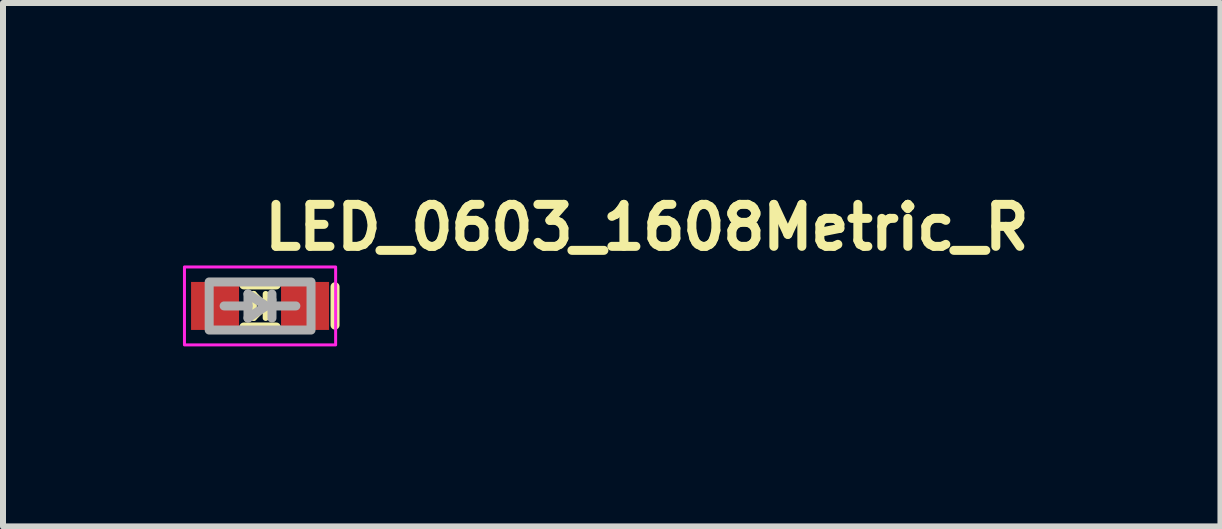
<source format=kicad_pcb>
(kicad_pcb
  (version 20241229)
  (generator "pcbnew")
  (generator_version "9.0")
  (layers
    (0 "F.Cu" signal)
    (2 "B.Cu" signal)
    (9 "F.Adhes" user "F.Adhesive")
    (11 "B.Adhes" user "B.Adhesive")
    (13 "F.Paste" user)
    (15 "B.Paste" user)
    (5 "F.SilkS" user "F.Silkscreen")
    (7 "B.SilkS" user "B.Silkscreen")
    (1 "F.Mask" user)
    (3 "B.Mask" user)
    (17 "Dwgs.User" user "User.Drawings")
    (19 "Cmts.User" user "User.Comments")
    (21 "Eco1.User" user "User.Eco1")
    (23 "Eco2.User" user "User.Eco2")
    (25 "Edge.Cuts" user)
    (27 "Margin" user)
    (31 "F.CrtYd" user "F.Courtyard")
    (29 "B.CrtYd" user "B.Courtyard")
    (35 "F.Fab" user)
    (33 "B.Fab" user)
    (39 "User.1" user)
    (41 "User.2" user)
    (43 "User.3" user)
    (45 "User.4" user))
  (footprint "LED_0603_1608Metric_R"
    (layer "F.Cu")
    (at 1.285 2.05)
    (property "Reference" "LED_0603_1608Metric_R" (at 0 -0.9 0) (layer "F.SilkS") (effects (font (size 0.7 0.7) (thickness 0.15)) (justify left bottom)))
    (attr smd)
    (fp_line (start -0.27 -0.35) (end 0.27 -0.35) (stroke (width 0.15) (type solid)) (layer "F.SilkS"))
    (fp_line (start -0.27 0.351) (end 0.27 0.351) (stroke (width 0.15) (type solid)) (layer "F.SilkS"))
    (fp_line (start -0.106 -0.2) (end -0.106 0.2) (stroke (width 0.1) (type solid)) (layer "F.SilkS"))
    (fp_line (start -0.106 -0.2) (end 0.094 -0.000008) (stroke (width 0.1) (type solid)) (layer "F.SilkS"))
    (fp_line (start -0.106 -0.000008) (end -0.29 0) (stroke (width 0.1) (type solid)) (layer "F.SilkS"))
    (fp_line (start 0.094 -0.2) (end 0.094 0.2) (stroke (width 0.1) (type solid)) (layer "F.SilkS"))
    (fp_line (start 0.094 -0.000008) (end -0.106 0.2) (stroke (width 0.1) (type solid)) (layer "F.SilkS"))
    (fp_line (start 0.094 -0.000008) (end 0.294 -0.000008) (stroke (width 0.1) (type solid)) (layer "F.SilkS"))
    (fp_line (start 1.25 0.32) (end 1.25 -0.32) (stroke (width 0.15) (type solid)) (layer "F.SilkS"))
    (fp_rect (start 1.26 0.65) (end -1.26 -0.65) (stroke (width 0.05) (type solid)) (fill no) (layer "F.CrtYd"))
    (fp_line (start -0.599 0) (end -0.201 0) (stroke (width 0.15) (type solid)) (layer "F.Fab"))
    (fp_line (start -0.201 -0.2) (end -0.201 0) (stroke (width 0.15) (type solid)) (layer "F.Fab"))
    (fp_line (start -0.201 0) (end -0.201 0.202) (stroke (width 0.15) (type solid)) (layer "F.Fab"))
    (fp_line (start -0.201 0.202) (end 0.101 0) (stroke (width 0.15) (type solid)) (layer "F.Fab"))
    (fp_line (start 0.101 0) (end -0.201 -0.2) (stroke (width 0.15) (type solid)) (layer "F.Fab"))
    (fp_line (start 0.199 -0.2) (end 0.199 -0.1) (stroke (width 0.15) (type solid)) (layer "F.Fab"))
    (fp_line (start 0.199 0) (end 0.597 0) (stroke (width 0.15) (type solid)) (layer "F.Fab"))
    (fp_line (start 0.199 0.202) (end 0.199 -0.1) (stroke (width 0.15) (type solid)) (layer "F.Fab"))
    (fp_rect (start -0.848 -0.4) (end 0.85 0.402) (stroke (width 0.15) (type solid)) (fill no) (layer "F.Fab"))
    (fp_rect (start 0.81 0.4) (end -0.81 -0.4) (stroke (width 0.1) (type solid)) (fill no) (layer "User.5"))
    (fp_line (start -0.81 -0.34) (end -0.81 -0.148) (stroke (width 0.02) (type solid)) (layer "User.9"))
    (fp_line (start -0.81 -0.148) (end -0.802 -0.148) (stroke (width 0.02) (type solid)) (layer "User.9"))
    (fp_line (start -0.81 0.15) (end -0.81 0.342) (stroke (width 0.02) (type solid)) (layer "User.9"))
    (fp_line (start -0.81 0.342) (end -0.578 0.342) (stroke (width 0.02) (type solid)) (layer "User.9"))
    (fp_line (start -0.802 -0.148) (end -0.794 -0.148) (stroke (width 0.02) (type solid)) (layer "User.9"))
    (fp_line (start -0.802 0.15) (end -0.81 0.15) (stroke (width 0.02) (type solid)) (layer "User.9"))
    (fp_line (start -0.8 -0.4) (end -0.8 -0.34) (stroke (width 0.02) (type solid)) (layer "User.9"))
    (fp_line (start -0.8 0.342) (end -0.8 0.402) (stroke (width 0.02) (type solid)) (layer "User.9"))
    (fp_line (start -0.8 0.402) (end 0.802 0.402) (stroke (width 0.02) (type solid)) (layer "User.9"))
    (fp_line (start -0.794 -0.148) (end -0.786 -0.148) (stroke (width 0.02) (type solid)) (layer "User.9"))
    (fp_line (start -0.794 0.15) (end -0.802 0.15) (stroke (width 0.02) (type solid)) (layer "User.9"))
    (fp_line (start -0.786 -0.148) (end -0.779 -0.147) (stroke (width 0.02) (type solid)) (layer "User.9"))
    (fp_line (start -0.786 0.15) (end -0.794 0.15) (stroke (width 0.02) (type solid)) (layer "User.9"))
    (fp_line (start -0.779 -0.147) (end -0.771 -0.146) (stroke (width 0.02) (type solid)) (layer "User.9"))
    (fp_line (start -0.779 0.149) (end -0.786 0.15) (stroke (width 0.02) (type solid)) (layer "User.9"))
    (fp_line (start -0.771 -0.146) (end -0.763 -0.144) (stroke (width 0.02) (type solid)) (layer "User.9"))
    (fp_line (start -0.771 0.148) (end -0.779 0.149) (stroke (width 0.02) (type solid)) (layer "User.9"))
    (fp_line (start -0.763 -0.144) (end -0.755 -0.143) (stroke (width 0.02) (type solid)) (layer "User.9"))
    (fp_line (start -0.763 0.146) (end -0.771 0.148) (stroke (width 0.02) (type solid)) (layer "User.9"))
    (fp_line (start -0.755 -0.143) (end -0.748 -0.141) (stroke (width 0.02) (type solid)) (layer "User.9"))
    (fp_line (start -0.755 0.145) (end -0.763 0.146) (stroke (width 0.02) (type solid)) (layer "User.9"))
    (fp_line (start -0.748 -0.141) (end -0.741 -0.138) (stroke (width 0.02) (type solid)) (layer "User.9"))
    (fp_line (start -0.748 0.143) (end -0.755 0.145) (stroke (width 0.02) (type solid)) (layer "User.9"))
    (fp_line (start -0.741 -0.138) (end -0.734 -0.135) (stroke (width 0.02) (type solid)) (layer "User.9"))
    (fp_line (start -0.741 0.14) (end -0.748 0.143) (stroke (width 0.02) (type solid)) (layer "User.9"))
    (fp_line (start -0.734 -0.135) (end -0.727 -0.131) (stroke (width 0.02) (type solid)) (layer "User.9"))
    (fp_line (start -0.734 0.137) (end -0.741 0.14) (stroke (width 0.02) (type solid)) (layer "User.9"))
    (fp_line (start -0.727 -0.131) (end -0.721 -0.128) (stroke (width 0.02) (type solid)) (layer "User.9"))
    (fp_line (start -0.727 0.133) (end -0.734 0.137) (stroke (width 0.02) (type solid)) (layer "User.9"))
    (fp_line (start -0.721 -0.128) (end -0.714 -0.123) (stroke (width 0.02) (type solid)) (layer "User.9"))
    (fp_line (start -0.721 0.13) (end -0.727 0.133) (stroke (width 0.02) (type solid)) (layer "User.9"))
    (fp_line (start -0.714 -0.123) (end -0.708 -0.119) (stroke (width 0.02) (type solid)) (layer "User.9"))
    (fp_line (start -0.714 0.125) (end -0.721 0.13) (stroke (width 0.02) (type solid)) (layer "User.9"))
    (fp_line (start -0.708 -0.119) (end -0.703 -0.114) (stroke (width 0.02) (type solid)) (layer "User.9"))
    (fp_line (start -0.708 0.12) (end -0.714 0.125) (stroke (width 0.02) (type solid)) (layer "User.9"))
    (fp_line (start -0.703 -0.114) (end -0.697 -0.108) (stroke (width 0.02) (type solid)) (layer "User.9"))
    (fp_line (start -0.703 0.116) (end -0.708 0.12) (stroke (width 0.02) (type solid)) (layer "User.9"))
    (fp_line (start -0.697 -0.108) (end -0.697 -0.108) (stroke (width 0.02) (type solid)) (layer "User.9"))
    (fp_line (start -0.697 -0.108) (end -0.691 -0.104) (stroke (width 0.02) (type solid)) (layer "User.9"))
    (fp_line (start -0.697 0.11) (end -0.703 0.116) (stroke (width 0.02) (type solid)) (layer "User.9"))
    (fp_line (start -0.697 0.11) (end -0.697 0.11) (stroke (width 0.02) (type solid)) (layer "User.9"))
    (fp_line (start -0.691 -0.104) (end -0.686 -0.098) (stroke (width 0.02) (type solid)) (layer "User.9"))
    (fp_line (start -0.691 0.105) (end -0.697 0.11) (stroke (width 0.02) (type solid)) (layer "User.9"))
    (fp_line (start -0.686 -0.098) (end -0.681 -0.091) (stroke (width 0.02) (type solid)) (layer "User.9"))
    (fp_line (start -0.686 0.1) (end -0.691 0.105) (stroke (width 0.02) (type solid)) (layer "User.9"))
    (fp_line (start -0.681 -0.091) (end -0.677 -0.086) (stroke (width 0.02) (type solid)) (layer "User.9"))
    (fp_line (start -0.681 0.093) (end -0.686 0.1) (stroke (width 0.02) (type solid)) (layer "User.9"))
    (fp_line (start -0.677 -0.086) (end -0.673 -0.078) (stroke (width 0.02) (type solid)) (layer "User.9"))
    (fp_line (start -0.677 0.088) (end -0.681 0.093) (stroke (width 0.02) (type solid)) (layer "User.9"))
    (fp_line (start -0.673 -0.078) (end -0.669 -0.072) (stroke (width 0.02) (type solid)) (layer "User.9"))
    (fp_line (start -0.673 0.08) (end -0.677 0.088) (stroke (width 0.02) (type solid)) (layer "User.9"))
    (fp_line (start -0.669 -0.072) (end -0.665 -0.066) (stroke (width 0.02) (type solid)) (layer "User.9"))
    (fp_line (start -0.669 0.074) (end -0.673 0.08) (stroke (width 0.02) (type solid)) (layer "User.9"))
    (fp_line (start -0.665 -0.066) (end -0.662 -0.059) (stroke (width 0.02) (type solid)) (layer "User.9"))
    (fp_line (start -0.665 0.068) (end -0.669 0.074) (stroke (width 0.02) (type solid)) (layer "User.9"))
    (fp_line (start -0.662 -0.059) (end -0.659 -0.052) (stroke (width 0.02) (type solid)) (layer "User.9"))
    (fp_line (start -0.662 0.06) (end -0.665 0.068) (stroke (width 0.02) (type solid)) (layer "User.9"))
    (fp_line (start -0.659 -0.052) (end -0.657 -0.044) (stroke (width 0.02) (type solid)) (layer "User.9"))
    (fp_line (start -0.659 0.053) (end -0.662 0.06) (stroke (width 0.02) (type solid)) (layer "User.9"))
    (fp_line (start -0.657 -0.044) (end -0.654 -0.037) (stroke (width 0.02) (type solid)) (layer "User.9"))
    (fp_line (start -0.657 0.046) (end -0.659 0.053) (stroke (width 0.02) (type solid)) (layer "User.9"))
    (fp_line (start -0.654 -0.037) (end -0.653 -0.029) (stroke (width 0.02) (type solid)) (layer "User.9"))
    (fp_line (start -0.654 0.039) (end -0.657 0.046) (stroke (width 0.02) (type solid)) (layer "User.9"))
    (fp_line (start -0.653 -0.029) (end -0.651 -0.022) (stroke (width 0.02) (type solid)) (layer "User.9"))
    (fp_line (start -0.653 0.031) (end -0.654 0.039) (stroke (width 0.02) (type solid)) (layer "User.9"))
    (fp_line (start -0.651 -0.022) (end -0.65 -0.014) (stroke (width 0.02) (type solid)) (layer "User.9"))
    (fp_line (start -0.651 0.024) (end -0.653 0.031) (stroke (width 0.02) (type solid)) (layer "User.9"))
    (fp_line (start -0.65 -0.014) (end -0.65 -0.007) (stroke (width 0.02) (type solid)) (layer "User.9"))
    (fp_line (start -0.65 -0.007) (end -0.65 0) (stroke (width 0.02) (type solid)) (layer "User.9"))
    (fp_line (start -0.65 0) (end -0.65 0.008) (stroke (width 0.02) (type solid)) (layer "User.9"))
    (fp_line (start -0.65 0.008) (end -0.65 0.016) (stroke (width 0.02) (type solid)) (layer "User.9"))
    (fp_line (start -0.65 0.016) (end -0.651 0.024) (stroke (width 0.02) (type solid)) (layer "User.9"))
    (fp_line (start -0.598 -0.306) (end -0.597 -0.309) (stroke (width 0.02) (type solid)) (layer "User.9"))
    (fp_line (start -0.598 -0.304) (end -0.598 -0.306) (stroke (width 0.02) (type solid)) (layer "User.9"))
    (fp_line (start -0.598 -0.301) (end -0.598 -0.304) (stroke (width 0.02) (type solid)) (layer "User.9"))
    (fp_line (start -0.598 -0.298) (end -0.598 -0.301) (stroke (width 0.02) (type solid)) (layer "User.9"))
    (fp_line (start -0.598 -0.298) (end -0.598 0.3) (stroke (width 0.02) (type solid)) (layer "User.9"))
    (fp_line (start -0.598 0.303) (end -0.598 0.3) (stroke (width 0.02) (type solid)) (layer "User.9"))
    (fp_line (start -0.598 0.306) (end -0.598 0.303) (stroke (width 0.02) (type solid)) (layer "User.9"))
    (fp_line (start -0.598 0.308) (end -0.598 0.306) (stroke (width 0.02) (type solid)) (layer "User.9"))
    (fp_line (start -0.597 -0.311) (end -0.596 -0.313) (stroke (width 0.02) (type solid)) (layer "User.9"))
    (fp_line (start -0.597 -0.309) (end -0.597 -0.311) (stroke (width 0.02) (type solid)) (layer "User.9"))
    (fp_line (start -0.597 0.311) (end -0.598 0.308) (stroke (width 0.02) (type solid)) (layer "User.9"))
    (fp_line (start -0.597 0.313) (end -0.597 0.311) (stroke (width 0.02) (type solid)) (layer "User.9"))
    (fp_line (start -0.596 -0.313) (end -0.595 -0.316) (stroke (width 0.02) (type solid)) (layer "User.9"))
    (fp_line (start -0.596 0.315) (end -0.597 0.313) (stroke (width 0.02) (type solid)) (layer "User.9"))
    (fp_line (start -0.595 -0.318) (end -0.594 -0.321) (stroke (width 0.02) (type solid)) (layer "User.9"))
    (fp_line (start -0.595 -0.316) (end -0.595 -0.318) (stroke (width 0.02) (type solid)) (layer "User.9"))
    (fp_line (start -0.595 0.318) (end -0.596 0.315) (stroke (width 0.02) (type solid)) (layer "User.9"))
    (fp_line (start -0.595 0.32) (end -0.595 0.318) (stroke (width 0.02) (type solid)) (layer "User.9"))
    (fp_line (start -0.594 -0.321) (end -0.592 -0.323) (stroke (width 0.02) (type solid)) (layer "User.9"))
    (fp_line (start -0.594 0.323) (end -0.595 0.32) (stroke (width 0.02) (type solid)) (layer "User.9"))
    (fp_line (start -0.592 -0.323) (end -0.591 -0.325) (stroke (width 0.02) (type solid)) (layer "User.9"))
    (fp_line (start -0.592 0.325) (end -0.594 0.323) (stroke (width 0.02) (type solid)) (layer "User.9"))
    (fp_line (start -0.591 -0.325) (end -0.59 -0.327) (stroke (width 0.02) (type solid)) (layer "User.9"))
    (fp_line (start -0.591 0.327) (end -0.592 0.325) (stroke (width 0.02) (type solid)) (layer "User.9"))
    (fp_line (start -0.59 -0.327) (end -0.589 -0.329) (stroke (width 0.02) (type solid)) (layer "User.9"))
    (fp_line (start -0.59 0.329) (end -0.591 0.327) (stroke (width 0.02) (type solid)) (layer "User.9"))
    (fp_line (start -0.589 -0.329) (end -0.587 -0.331) (stroke (width 0.02) (type solid)) (layer "User.9"))
    (fp_line (start -0.589 0.331) (end -0.59 0.329) (stroke (width 0.02) (type solid)) (layer "User.9"))
    (fp_line (start -0.587 -0.331) (end -0.586 -0.333) (stroke (width 0.02) (type solid)) (layer "User.9"))
    (fp_line (start -0.587 0.333) (end -0.589 0.331) (stroke (width 0.02) (type solid)) (layer "User.9"))
    (fp_line (start -0.586 -0.333) (end -0.584 -0.335) (stroke (width 0.02) (type solid)) (layer "User.9"))
    (fp_line (start -0.586 0.335) (end -0.587 0.333) (stroke (width 0.02) (type solid)) (layer "User.9"))
    (fp_line (start -0.584 -0.335) (end -0.582 -0.337) (stroke (width 0.02) (type solid)) (layer "User.9"))
    (fp_line (start -0.584 0.337) (end -0.586 0.335) (stroke (width 0.02) (type solid)) (layer "User.9"))
    (fp_line (start -0.582 -0.337) (end -0.58 -0.338) (stroke (width 0.02) (type solid)) (layer "User.9"))
    (fp_line (start -0.582 0.339) (end -0.584 0.337) (stroke (width 0.02) (type solid)) (layer "User.9"))
    (fp_line (start -0.58 -0.338) (end -0.578 -0.34) (stroke (width 0.02) (type solid)) (layer "User.9"))
    (fp_line (start -0.58 0.34) (end -0.582 0.339) (stroke (width 0.02) (type solid)) (layer "User.9"))
    (fp_line (start -0.578 -0.34) (end -0.81 -0.34) (stroke (width 0.02) (type solid)) (layer "User.9"))
    (fp_line (start -0.578 -0.34) (end -0.576 -0.341) (stroke (width 0.02) (type solid)) (layer "User.9"))
    (fp_line (start -0.578 0.342) (end -0.58 0.34) (stroke (width 0.02) (type solid)) (layer "User.9"))
    (fp_line (start -0.576 -0.341) (end -0.575 -0.342) (stroke (width 0.02) (type solid)) (layer "User.9"))
    (fp_line (start -0.576 0.343) (end -0.578 0.342) (stroke (width 0.02) (type solid)) (layer "User.9"))
    (fp_line (start -0.575 -0.342) (end -0.573 -0.343) (stroke (width 0.02) (type solid)) (layer "User.9"))
    (fp_line (start -0.575 0.344) (end -0.576 0.343) (stroke (width 0.02) (type solid)) (layer "User.9"))
    (fp_line (start -0.573 -0.343) (end -0.571 -0.345) (stroke (width 0.02) (type solid)) (layer "User.9"))
    (fp_line (start -0.573 0.345) (end -0.575 0.344) (stroke (width 0.02) (type solid)) (layer "User.9"))
    (fp_line (start -0.571 -0.345) (end -0.569 -0.346) (stroke (width 0.02) (type solid)) (layer "User.9"))
    (fp_line (start -0.571 0.347) (end -0.573 0.345) (stroke (width 0.02) (type solid)) (layer "User.9"))
    (fp_line (start -0.569 -0.346) (end -0.567 -0.346) (stroke (width 0.02) (type solid)) (layer "User.9"))
    (fp_line (start -0.569 0.348) (end -0.571 0.347) (stroke (width 0.02) (type solid)) (layer "User.9"))
    (fp_line (start -0.567 -0.346) (end -0.564 -0.347) (stroke (width 0.02) (type solid)) (layer "User.9"))
    (fp_line (start -0.567 0.348) (end -0.569 0.348) (stroke (width 0.02) (type solid)) (layer "User.9"))
    (fp_line (start -0.564 -0.347) (end -0.562 -0.348) (stroke (width 0.02) (type solid)) (layer "User.9"))
    (fp_line (start -0.564 0.349) (end -0.567 0.348) (stroke (width 0.02) (type solid)) (layer "User.9"))
    (fp_line (start -0.562 -0.348) (end -0.56 -0.348) (stroke (width 0.02) (type solid)) (layer "User.9"))
    (fp_line (start -0.562 0.35) (end -0.564 0.349) (stroke (width 0.02) (type solid)) (layer "User.9"))
    (fp_line (start -0.56 -0.348) (end -0.557 -0.349) (stroke (width 0.02) (type solid)) (layer "User.9"))
    (fp_line (start -0.56 0.35) (end -0.562 0.35) (stroke (width 0.02) (type solid)) (layer "User.9"))
    (fp_line (start -0.557 -0.349) (end -0.555 -0.349) (stroke (width 0.02) (type solid)) (layer "User.9"))
    (fp_line (start -0.557 0.351) (end -0.56 0.35) (stroke (width 0.02) (type solid)) (layer "User.9"))
    (fp_line (start -0.555 -0.349) (end -0.552 -0.349) (stroke (width 0.02) (type solid)) (layer "User.9"))
    (fp_line (start -0.555 0.351) (end -0.557 0.351) (stroke (width 0.02) (type solid)) (layer "User.9"))
    (fp_line (start -0.552 -0.349) (end -0.55 -0.349) (stroke (width 0.02) (type solid)) (layer "User.9"))
    (fp_line (start -0.552 0.351) (end -0.555 0.351) (stroke (width 0.02) (type solid)) (layer "User.9"))
    (fp_line (start -0.55 0.351) (end -0.552 0.351) (stroke (width 0.02) (type solid)) (layer "User.9"))
    (fp_line (start -0.55 0.351) (end 0.552 0.351) (stroke (width 0.02) (type solid)) (layer "User.9"))
    (fp_line (start 0.5 -0.39) (end 0.5 -0.349) (stroke (width 0.02) (type solid)) (layer "User.9"))
    (fp_line (start 0.5 0.351) (end 0.5 0.392) (stroke (width 0.02) (type solid)) (layer "User.9"))
    (fp_line (start 0.5 0.392) (end 0.782 0.392) (stroke (width 0.02) (type solid)) (layer "User.9"))
    (fp_line (start 0.552 -0.349) (end -0.55 -0.349) (stroke (width 0.02) (type solid)) (layer "User.9"))
    (fp_line (start 0.552 -0.349) (end 0.554 -0.349) (stroke (width 0.02) (type solid)) (layer "User.9"))
    (fp_line (start 0.554 -0.349) (end 0.557 -0.349) (stroke (width 0.02) (type solid)) (layer "User.9"))
    (fp_line (start 0.554 0.351) (end 0.552 0.351) (stroke (width 0.02) (type solid)) (layer "User.9"))
    (fp_line (start 0.557 -0.349) (end 0.559 -0.349) (stroke (width 0.02) (type solid)) (layer "User.9"))
    (fp_line (start 0.557 0.351) (end 0.554 0.351) (stroke (width 0.02) (type solid)) (layer "User.9"))
    (fp_line (start 0.559 -0.349) (end 0.562 -0.348) (stroke (width 0.02) (type solid)) (layer "User.9"))
    (fp_line (start 0.559 0.351) (end 0.557 0.351) (stroke (width 0.02) (type solid)) (layer "User.9"))
    (fp_line (start 0.562 -0.348) (end 0.564 -0.348) (stroke (width 0.02) (type solid)) (layer "User.9"))
    (fp_line (start 0.562 0.35) (end 0.559 0.351) (stroke (width 0.02) (type solid)) (layer "User.9"))
    (fp_line (start 0.564 -0.348) (end 0.566 -0.347) (stroke (width 0.02) (type solid)) (layer "User.9"))
    (fp_line (start 0.564 0.35) (end 0.562 0.35) (stroke (width 0.02) (type solid)) (layer "User.9"))
    (fp_line (start 0.566 -0.347) (end 0.569 -0.346) (stroke (width 0.02) (type solid)) (layer "User.9"))
    (fp_line (start 0.566 0.349) (end 0.564 0.35) (stroke (width 0.02) (type solid)) (layer "User.9"))
    (fp_line (start 0.569 -0.346) (end 0.571 -0.346) (stroke (width 0.02) (type solid)) (layer "User.9"))
    (fp_line (start 0.569 0.348) (end 0.566 0.349) (stroke (width 0.02) (type solid)) (layer "User.9"))
    (fp_line (start 0.571 -0.346) (end 0.573 -0.345) (stroke (width 0.02) (type solid)) (layer "User.9"))
    (fp_line (start 0.571 0.348) (end 0.569 0.348) (stroke (width 0.02) (type solid)) (layer "User.9"))
    (fp_line (start 0.573 -0.345) (end 0.575 -0.343) (stroke (width 0.02) (type solid)) (layer "User.9"))
    (fp_line (start 0.573 0.347) (end 0.571 0.348) (stroke (width 0.02) (type solid)) (layer "User.9"))
    (fp_line (start 0.575 -0.343) (end 0.577 -0.342) (stroke (width 0.02) (type solid)) (layer "User.9"))
    (fp_line (start 0.575 0.345) (end 0.573 0.347) (stroke (width 0.02) (type solid)) (layer "User.9"))
    (fp_line (start 0.577 -0.342) (end 0.578 -0.341) (stroke (width 0.02) (type solid)) (layer "User.9"))
    (fp_line (start 0.577 0.344) (end 0.575 0.345) (stroke (width 0.02) (type solid)) (layer "User.9"))
    (fp_line (start 0.578 -0.341) (end 0.58 -0.34) (stroke (width 0.02) (type solid)) (layer "User.9"))
    (fp_line (start 0.578 0.343) (end 0.577 0.344) (stroke (width 0.02) (type solid)) (layer "User.9"))
    (fp_line (start 0.58 -0.34) (end 0.582 -0.338) (stroke (width 0.02) (type solid)) (layer "User.9"))
    (fp_line (start 0.58 0.342) (end 0.578 0.343) (stroke (width 0.02) (type solid)) (layer "User.9"))
    (fp_line (start 0.58 0.342) (end 0.812 0.342) (stroke (width 0.02) (type solid)) (layer "User.9"))
    (fp_line (start 0.582 -0.338) (end 0.584 -0.337) (stroke (width 0.02) (type solid)) (layer "User.9"))
    (fp_line (start 0.582 0.34) (end 0.58 0.342) (stroke (width 0.02) (type solid)) (layer "User.9"))
    (fp_line (start 0.584 -0.337) (end 0.586 -0.335) (stroke (width 0.02) (type solid)) (layer "User.9"))
    (fp_line (start 0.584 0.339) (end 0.582 0.34) (stroke (width 0.02) (type solid)) (layer "User.9"))
    (fp_line (start 0.586 -0.335) (end 0.588 -0.333) (stroke (width 0.02) (type solid)) (layer "User.9"))
    (fp_line (start 0.586 0.337) (end 0.584 0.339) (stroke (width 0.02) (type solid)) (layer "User.9"))
    (fp_line (start 0.588 -0.333) (end 0.589 -0.331) (stroke (width 0.02) (type solid)) (layer "User.9"))
    (fp_line (start 0.588 0.335) (end 0.586 0.337) (stroke (width 0.02) (type solid)) (layer "User.9"))
    (fp_line (start 0.589 -0.331) (end 0.591 -0.329) (stroke (width 0.02) (type solid)) (layer "User.9"))
    (fp_line (start 0.589 0.333) (end 0.588 0.335) (stroke (width 0.02) (type solid)) (layer "User.9"))
    (fp_line (start 0.591 -0.329) (end 0.592 -0.327) (stroke (width 0.02) (type solid)) (layer "User.9"))
    (fp_line (start 0.591 0.331) (end 0.589 0.333) (stroke (width 0.02) (type solid)) (layer "User.9"))
    (fp_line (start 0.592 -0.327) (end 0.593 -0.325) (stroke (width 0.02) (type solid)) (layer "User.9"))
    (fp_line (start 0.592 0.329) (end 0.591 0.331) (stroke (width 0.02) (type solid)) (layer "User.9"))
    (fp_line (start 0.593 -0.325) (end 0.594 -0.323) (stroke (width 0.02) (type solid)) (layer "User.9"))
    (fp_line (start 0.593 0.327) (end 0.592 0.329) (stroke (width 0.02) (type solid)) (layer "User.9"))
    (fp_line (start 0.594 -0.323) (end 0.596 -0.321) (stroke (width 0.02) (type solid)) (layer "User.9"))
    (fp_line (start 0.594 0.325) (end 0.593 0.327) (stroke (width 0.02) (type solid)) (layer "User.9"))
    (fp_line (start 0.596 -0.321) (end 0.597 -0.318) (stroke (width 0.02) (type solid)) (layer "User.9"))
    (fp_line (start 0.596 0.323) (end 0.594 0.325) (stroke (width 0.02) (type solid)) (layer "User.9"))
    (fp_line (start 0.597 -0.318) (end 0.597 -0.316) (stroke (width 0.02) (type solid)) (layer "User.9"))
    (fp_line (start 0.597 -0.316) (end 0.598 -0.313) (stroke (width 0.02) (type solid)) (layer "User.9"))
    (fp_line (start 0.597 0.318) (end 0.597 0.32) (stroke (width 0.02) (type solid)) (layer "User.9"))
    (fp_line (start 0.597 0.32) (end 0.596 0.323) (stroke (width 0.02) (type solid)) (layer "User.9"))
    (fp_line (start 0.598 -0.313) (end 0.599 -0.311) (stroke (width 0.02) (type solid)) (layer "User.9"))
    (fp_line (start 0.598 0.315) (end 0.597 0.318) (stroke (width 0.02) (type solid)) (layer "User.9"))
    (fp_line (start 0.599 -0.311) (end 0.599 -0.309) (stroke (width 0.02) (type solid)) (layer "User.9"))
    (fp_line (start 0.599 -0.309) (end 0.6 -0.306) (stroke (width 0.02) (type solid)) (layer "User.9"))
    (fp_line (start 0.599 0.311) (end 0.599 0.313) (stroke (width 0.02) (type solid)) (layer "User.9"))
    (fp_line (start 0.599 0.313) (end 0.598 0.315) (stroke (width 0.02) (type solid)) (layer "User.9"))
    (fp_line (start 0.6 -0.306) (end 0.6 -0.304) (stroke (width 0.02) (type solid)) (layer "User.9"))
    (fp_line (start 0.6 -0.304) (end 0.6 -0.301) (stroke (width 0.02) (type solid)) (layer "User.9"))
    (fp_line (start 0.6 -0.301) (end 0.6 -0.298) (stroke (width 0.02) (type solid)) (layer "User.9"))
    (fp_line (start 0.6 0.3) (end 0.6 -0.298) (stroke (width 0.02) (type solid)) (layer "User.9"))
    (fp_line (start 0.6 0.3) (end 0.6 0.303) (stroke (width 0.02) (type solid)) (layer "User.9"))
    (fp_line (start 0.6 0.303) (end 0.6 0.306) (stroke (width 0.02) (type solid)) (layer "User.9"))
    (fp_line (start 0.6 0.306) (end 0.6 0.308) (stroke (width 0.02) (type solid)) (layer "User.9"))
    (fp_line (start 0.6 0.308) (end 0.599 0.311) (stroke (width 0.02) (type solid)) (layer "User.9"))
    (fp_line (start 0.651 0) (end 0.652 -0.01) (stroke (width 0.02) (type solid)) (layer "User.9"))
    (fp_line (start 0.652 -0.01) (end 0.653 -0.02) (stroke (width 0.02) (type solid)) (layer "User.9"))
    (fp_line (start 0.652 0.011) (end 0.651 0) (stroke (width 0.02) (type solid)) (layer "User.9"))
    (fp_line (start 0.653 -0.02) (end 0.655 -0.029) (stroke (width 0.02) (type solid)) (layer "User.9"))
    (fp_line (start 0.653 0.022) (end 0.652 0.011) (stroke (width 0.02) (type solid)) (layer "User.9"))
    (fp_line (start 0.655 -0.029) (end 0.657 -0.04) (stroke (width 0.02) (type solid)) (layer "User.9"))
    (fp_line (start 0.655 0.031) (end 0.653 0.022) (stroke (width 0.02) (type solid)) (layer "User.9"))
    (fp_line (start 0.657 -0.04) (end 0.66 -0.049) (stroke (width 0.02) (type solid)) (layer "User.9"))
    (fp_line (start 0.657 0.042) (end 0.655 0.031) (stroke (width 0.02) (type solid)) (layer "User.9"))
    (fp_line (start 0.66 -0.049) (end 0.664 -0.059) (stroke (width 0.02) (type solid)) (layer "User.9"))
    (fp_line (start 0.66 0.051) (end 0.657 0.042) (stroke (width 0.02) (type solid)) (layer "User.9"))
    (fp_line (start 0.664 -0.059) (end 0.668 -0.068) (stroke (width 0.02) (type solid)) (layer "User.9"))
    (fp_line (start 0.664 0.06) (end 0.66 0.051) (stroke (width 0.02) (type solid)) (layer "User.9"))
    (fp_line (start 0.668 -0.068) (end 0.673 -0.076) (stroke (width 0.02) (type solid)) (layer "User.9"))
    (fp_line (start 0.668 0.07) (end 0.664 0.06) (stroke (width 0.02) (type solid)) (layer "User.9"))
    (fp_line (start 0.673 -0.076) (end 0.673 -0.076) (stroke (width 0.02) (type solid)) (layer "User.9"))
    (fp_line (start 0.673 -0.076) (end 0.676 -0.082) (stroke (width 0.02) (type solid)) (layer "User.9"))
    (fp_line (start 0.673 0.078) (end 0.668 0.07) (stroke (width 0.02) (type solid)) (layer "User.9"))
    (fp_line (start 0.673 0.078) (end 0.673 0.078) (stroke (width 0.02) (type solid)) (layer "User.9"))
    (fp_line (start 0.676 -0.082) (end 0.679 -0.086) (stroke (width 0.02) (type solid)) (layer "User.9"))
    (fp_line (start 0.679 -0.086) (end 0.682 -0.089) (stroke (width 0.02) (type solid)) (layer "User.9"))
    (fp_line (start 0.679 0.088) (end 0.673 0.078) (stroke (width 0.02) (type solid)) (layer "User.9"))
    (fp_line (start 0.682 -0.089) (end 0.685 -0.093) (stroke (width 0.02) (type solid)) (layer "User.9"))
    (fp_line (start 0.685 -0.093) (end 0.689 -0.098) (stroke (width 0.02) (type solid)) (layer "User.9"))
    (fp_line (start 0.685 0.095) (end 0.679 0.088) (stroke (width 0.02) (type solid)) (layer "User.9"))
    (fp_line (start 0.689 -0.098) (end 0.692 -0.102) (stroke (width 0.02) (type solid)) (layer "User.9"))
    (fp_line (start 0.692 -0.102) (end 0.696 -0.105) (stroke (width 0.02) (type solid)) (layer "User.9"))
    (fp_line (start 0.692 0.104) (end 0.685 0.095) (stroke (width 0.02) (type solid)) (layer "User.9"))
    (fp_line (start 0.696 -0.105) (end 0.699 -0.108) (stroke (width 0.02) (type solid)) (layer "User.9"))
    (fp_line (start 0.699 -0.108) (end 0.703 -0.113) (stroke (width 0.02) (type solid)) (layer "User.9"))
    (fp_line (start 0.699 0.11) (end 0.692 0.104) (stroke (width 0.02) (type solid)) (layer "User.9"))
    (fp_line (start 0.703 -0.113) (end 0.706 -0.116) (stroke (width 0.02) (type solid)) (layer "User.9"))
    (fp_line (start 0.706 -0.116) (end 0.71 -0.119) (stroke (width 0.02) (type solid)) (layer "User.9"))
    (fp_line (start 0.706 0.118) (end 0.699 0.11) (stroke (width 0.02) (type solid)) (layer "User.9"))
    (fp_line (start 0.71 -0.119) (end 0.714 -0.121) (stroke (width 0.02) (type solid)) (layer "User.9"))
    (fp_line (start 0.714 -0.121) (end 0.718 -0.124) (stroke (width 0.02) (type solid)) (layer "User.9"))
    (fp_line (start 0.714 0.123) (end 0.706 0.118) (stroke (width 0.02) (type solid)) (layer "User.9"))
    (fp_line (start 0.718 -0.124) (end 0.723 -0.128) (stroke (width 0.02) (type solid)) (layer "User.9"))
    (fp_line (start 0.723 -0.128) (end 0.727 -0.13) (stroke (width 0.02) (type solid)) (layer "User.9"))
    (fp_line (start 0.723 0.13) (end 0.714 0.123) (stroke (width 0.02) (type solid)) (layer "User.9"))
    (fp_line (start 0.727 -0.13) (end 0.731 -0.133) (stroke (width 0.02) (type solid)) (layer "User.9"))
    (fp_line (start 0.731 -0.133) (end 0.736 -0.135) (stroke (width 0.02) (type solid)) (layer "User.9"))
    (fp_line (start 0.731 0.135) (end 0.723 0.13) (stroke (width 0.02) (type solid)) (layer "User.9"))
    (fp_line (start 0.736 -0.135) (end 0.74 -0.137) (stroke (width 0.02) (type solid)) (layer "User.9"))
    (fp_line (start 0.74 -0.137) (end 0.745 -0.139) (stroke (width 0.02) (type solid)) (layer "User.9"))
    (fp_line (start 0.74 0.139) (end 0.731 0.135) (stroke (width 0.02) (type solid)) (layer "User.9"))
    (fp_line (start 0.745 -0.139) (end 0.75 -0.141) (stroke (width 0.02) (type solid)) (layer "User.9"))
    (fp_line (start 0.75 -0.141) (end 0.755 -0.142) (stroke (width 0.02) (type solid)) (layer "User.9"))
    (fp_line (start 0.75 0.143) (end 0.74 0.139) (stroke (width 0.02) (type solid)) (layer "User.9"))
    (fp_line (start 0.755 -0.142) (end 0.76 -0.144) (stroke (width 0.02) (type solid)) (layer "User.9"))
    (fp_line (start 0.76 -0.144) (end 0.764 -0.144) (stroke (width 0.02) (type solid)) (layer "User.9"))
    (fp_line (start 0.76 0.145) (end 0.75 0.143) (stroke (width 0.02) (type solid)) (layer "User.9"))
    (fp_line (start 0.764 -0.144) (end 0.77 -0.145) (stroke (width 0.02) (type solid)) (layer "User.9"))
    (fp_line (start 0.77 -0.145) (end 0.775 -0.146) (stroke (width 0.02) (type solid)) (layer "User.9"))
    (fp_line (start 0.77 0.147) (end 0.76 0.145) (stroke (width 0.02) (type solid)) (layer "User.9"))
    (fp_line (start 0.775 -0.146) (end 0.78 -0.147) (stroke (width 0.02) (type solid)) (layer "User.9"))
    (fp_line (start 0.78 -0.147) (end 0.786 -0.148) (stroke (width 0.02) (type solid)) (layer "User.9"))
    (fp_line (start 0.78 0.149) (end 0.77 0.147) (stroke (width 0.02) (type solid)) (layer "User.9"))
    (fp_line (start 0.782 -0.39) (end 0.5 -0.39) (stroke (width 0.02) (type solid)) (layer "User.9"))
    (fp_line (start 0.782 -0.34) (end 0.782 -0.39) (stroke (width 0.02) (type solid)) (layer "User.9"))
    (fp_line (start 0.782 0.392) (end 0.782 0.342) (stroke (width 0.02) (type solid)) (layer "User.9"))
    (fp_line (start 0.786 -0.148) (end 0.791 -0.148) (stroke (width 0.02) (type solid)) (layer "User.9"))
    (fp_line (start 0.791 -0.148) (end 0.796 -0.148) (stroke (width 0.02) (type solid)) (layer "User.9"))
    (fp_line (start 0.791 0.15) (end 0.78 0.149) (stroke (width 0.02) (type solid)) (layer "User.9"))
    (fp_line (start 0.796 -0.148) (end 0.801 -0.149) (stroke (width 0.02) (type solid)) (layer "User.9"))
    (fp_line (start 0.801 -0.149) (end 0.806 -0.148) (stroke (width 0.02) (type solid)) (layer "User.9"))
    (fp_line (start 0.801 0.151) (end 0.791 0.15) (stroke (width 0.02) (type solid)) (layer "User.9"))
    (fp_line (start 0.802 -0.4) (end -0.8 -0.4) (stroke (width 0.02) (type solid)) (layer "User.9"))
    (fp_line (start 0.802 -0.34) (end 0.802 -0.4) (stroke (width 0.02) (type solid)) (layer "User.9"))
    (fp_line (start 0.802 0.402) (end 0.802 0.342) (stroke (width 0.02) (type solid)) (layer "User.9"))
    (fp_line (start 0.806 -0.148) (end 0.812 -0.148) (stroke (width 0.02) (type solid)) (layer "User.9"))
    (fp_line (start 0.812 -0.34) (end 0.58 -0.34) (stroke (width 0.02) (type solid)) (layer "User.9"))
    (fp_line (start 0.812 -0.148) (end 0.812 -0.34) (stroke (width 0.02) (type solid)) (layer "User.9"))
    (fp_line (start 0.812 0.15) (end 0.801 0.151) (stroke (width 0.02) (type solid)) (layer "User.9"))
    (fp_line (start 0.812 0.342) (end 0.812 0.15) (stroke (width 0.02) (type solid)) (layer "User.9"))
    (pad "1" smd rect (at -0.75 0 180) (size 0.8 0.8) (layers "F.Cu" "F.Mask" "F.Paste"))
    (pad "2" smd rect (at 0.75 0 180) (size 0.8 0.8) (layers "F.Cu" "F.Mask" "F.Paste")))
  (gr_rect
    (start -3 -3)
    (end 17.295 5.725)
    (stroke (width 0.1) (type default))
    (fill no)
    (layer "Edge.Cuts")))
</source>
